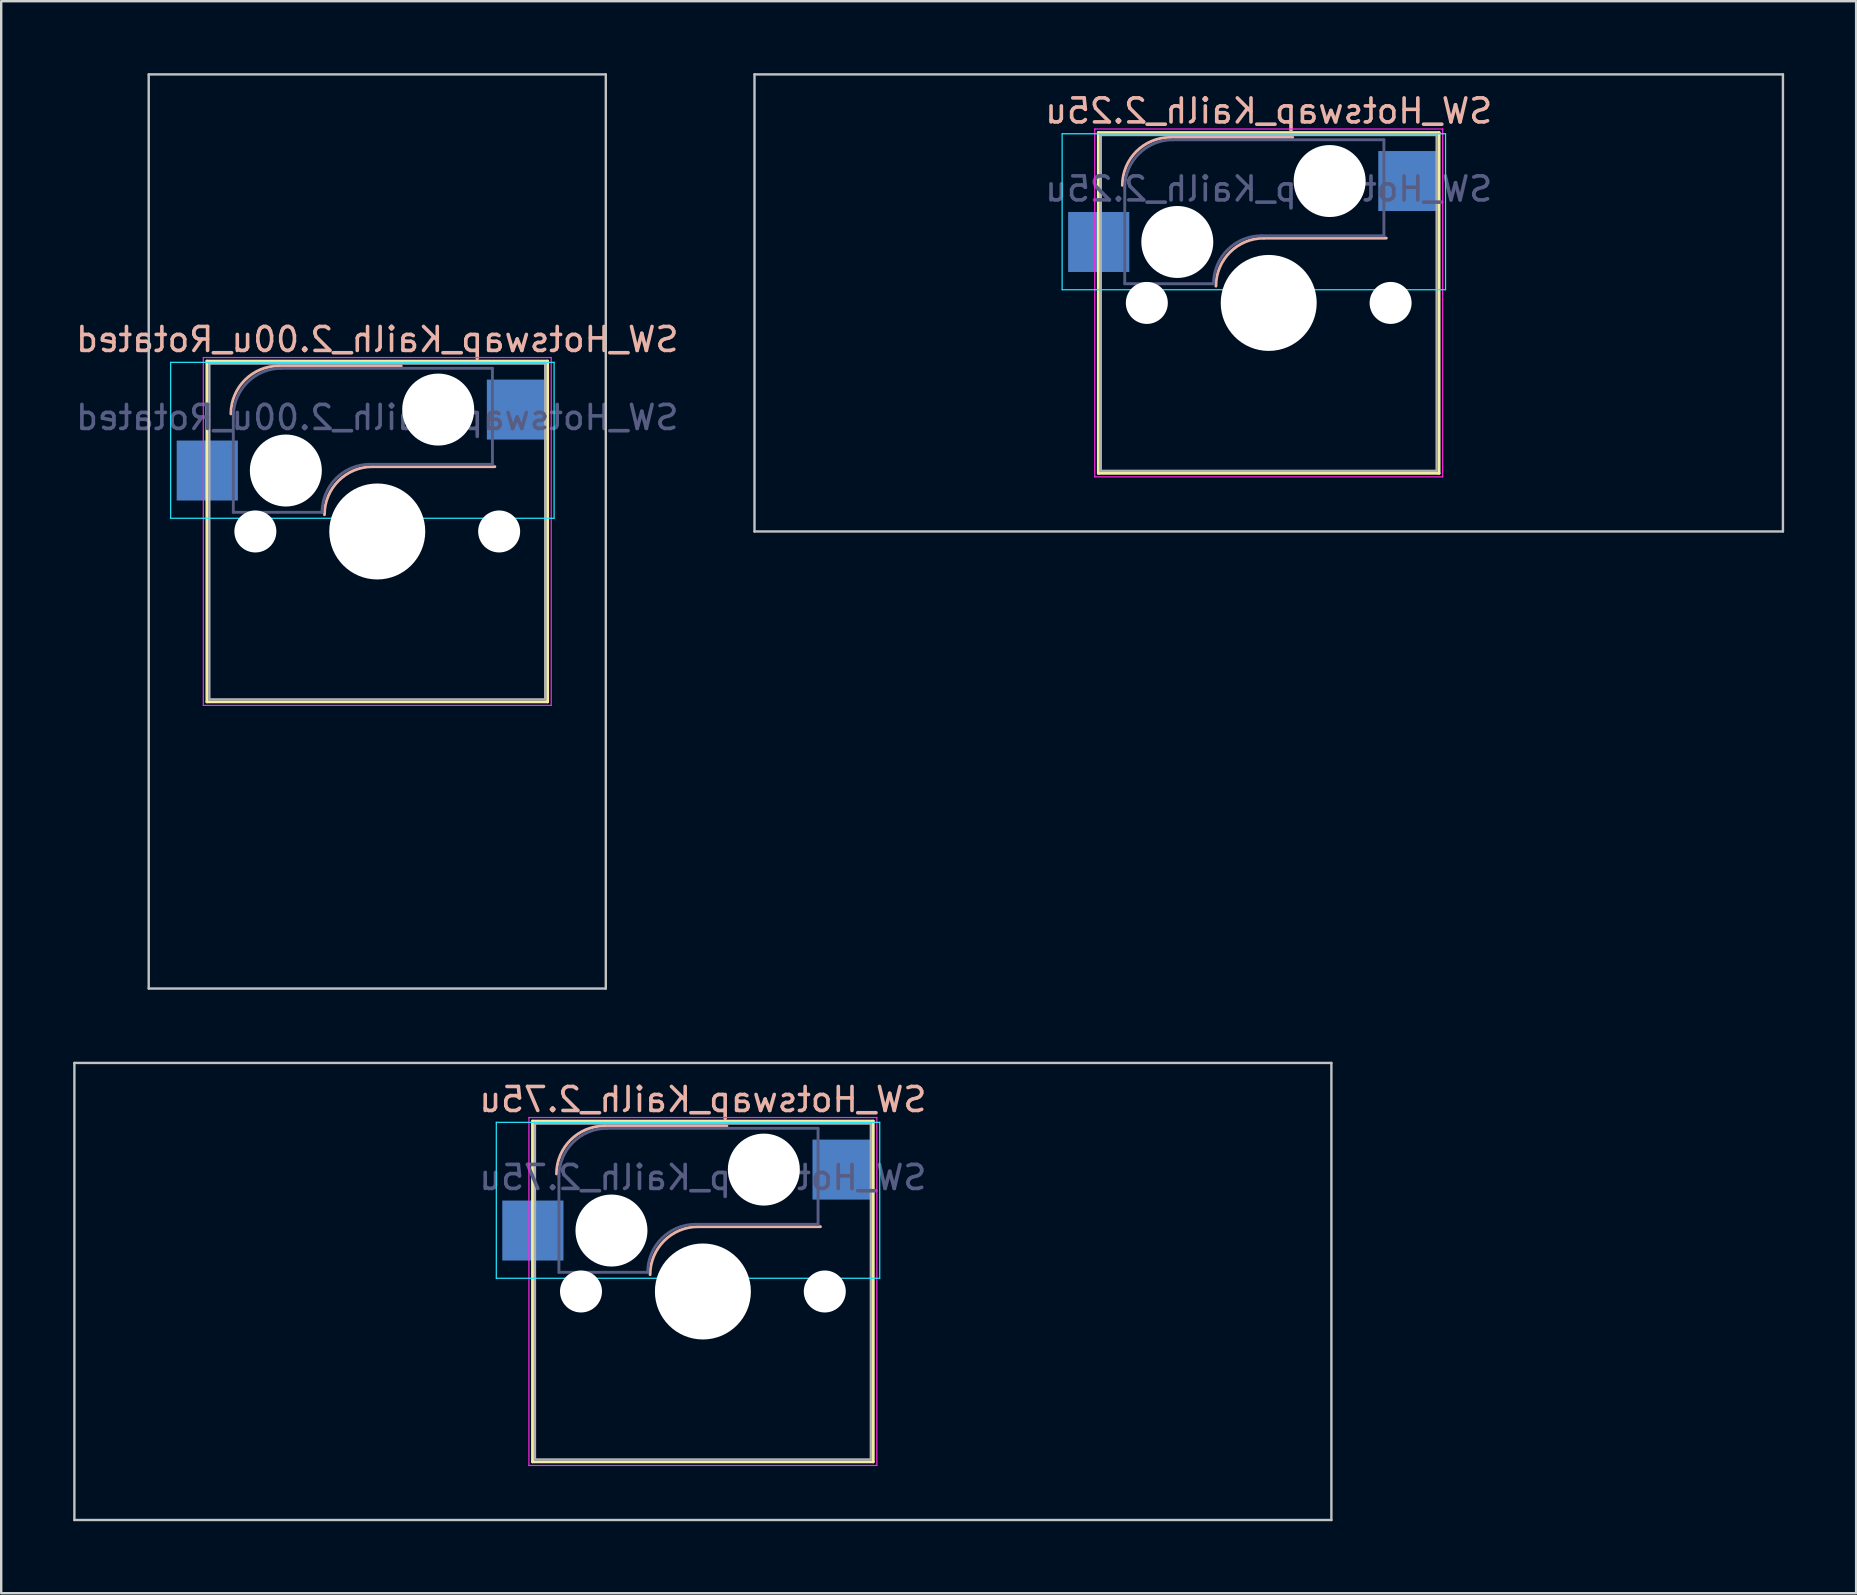
<source format=kicad_pcb>
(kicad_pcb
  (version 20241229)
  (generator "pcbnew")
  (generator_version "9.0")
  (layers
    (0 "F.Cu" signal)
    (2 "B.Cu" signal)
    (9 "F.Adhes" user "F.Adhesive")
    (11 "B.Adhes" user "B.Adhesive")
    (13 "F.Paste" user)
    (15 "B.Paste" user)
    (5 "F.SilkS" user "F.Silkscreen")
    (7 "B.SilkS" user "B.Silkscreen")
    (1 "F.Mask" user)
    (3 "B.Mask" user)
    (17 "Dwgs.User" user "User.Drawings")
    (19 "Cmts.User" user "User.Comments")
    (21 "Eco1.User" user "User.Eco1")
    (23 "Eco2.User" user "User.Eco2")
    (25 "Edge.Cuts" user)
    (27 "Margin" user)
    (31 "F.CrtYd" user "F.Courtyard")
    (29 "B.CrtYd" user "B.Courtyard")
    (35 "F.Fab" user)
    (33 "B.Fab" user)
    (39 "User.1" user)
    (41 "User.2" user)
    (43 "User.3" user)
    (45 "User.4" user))
  (footprint "SW_Hotswap_Kailh_2.00u_Rotated"
    (layer "F.Cu")
    (at 12.673 19.1)
    (property "Reference" "SW_Hotswap_Kailh_2.00u_Rotated" (at 0 -8 0) (layer "B.SilkS") (effects (font (size 1 1) (thickness 0.15)) (justify mirror)))
    (attr smd)
    (fp_line (start -7.1 -7.1) (end -7.1 7.1) (stroke (width 0.12) (type solid)) (layer "F.SilkS"))
    (fp_line (start -7.1 7.1) (end 7.1 7.1) (stroke (width 0.12) (type solid)) (layer "F.SilkS"))
    (fp_line (start 7.1 -7.1) (end -7.1 -7.1) (stroke (width 0.12) (type solid)) (layer "F.SilkS"))
    (fp_line (start 7.1 7.1) (end 7.1 -7.1) (stroke (width 0.12) (type solid)) (layer "F.SilkS"))
    (fp_line (start -4.1 -6.9) (end 1 -6.9) (stroke (width 0.12) (type solid)) (layer "B.SilkS"))
    (fp_line (start -0.2 -2.7) (end 4.9 -2.7) (stroke (width 0.12) (type solid)) (layer "B.SilkS"))
    (fp_arc (start -6.1 -4.9) (mid -5.514214 -6.314214) (end -4.1 -6.9) (stroke (width 0.12) (type solid)) (layer "B.SilkS"))
    (fp_arc (start -2.2 -0.7) (mid -1.614214 -2.114214) (end -0.2 -2.7) (stroke (width 0.12) (type solid)) (layer "B.SilkS"))
    (fp_line (start -9.525 -19.05) (end -9.525 19.05) (stroke (width 0.1) (type solid)) (layer "Dwgs.User"))
    (fp_line (start -9.525 19.05) (end 9.525 19.05) (stroke (width 0.1) (type solid)) (layer "Dwgs.User"))
    (fp_line (start 9.525 -19.05) (end -9.525 -19.05) (stroke (width 0.1) (type solid)) (layer "Dwgs.User"))
    (fp_line (start 9.525 19.05) (end 9.525 -19.05) (stroke (width 0.1) (type solid)) (layer "Dwgs.User"))
    (fp_line (start -8.61 -7.05) (end -8.61 -0.55) (stroke (width 0.05) (type solid)) (layer "B.CrtYd"))
    (fp_line (start -8.61 -0.55) (end 7.37 -0.55) (stroke (width 0.05) (type solid)) (layer "B.CrtYd"))
    (fp_line (start 7.37 -7.05) (end -8.61 -7.05) (stroke (width 0.05) (type solid)) (layer "B.CrtYd"))
    (fp_line (start 7.37 -0.55) (end 7.37 -7.05) (stroke (width 0.05) (type solid)) (layer "B.CrtYd"))
    (fp_line (start -7.25 -7.25) (end -7.25 7.25) (stroke (width 0.05) (type solid)) (layer "F.CrtYd"))
    (fp_line (start -7.25 7.25) (end 7.25 7.25) (stroke (width 0.05) (type solid)) (layer "F.CrtYd"))
    (fp_line (start 7.25 -7.25) (end -7.25 -7.25) (stroke (width 0.05) (type solid)) (layer "F.CrtYd"))
    (fp_line (start 7.25 7.25) (end 7.25 -7.25) (stroke (width 0.05) (type solid)) (layer "F.CrtYd"))
    (fp_line (start -6 -0.8) (end -6 -4.8) (stroke (width 0.12) (type solid)) (layer "B.Fab"))
    (fp_line (start -6 -0.8) (end -2.3 -0.8) (stroke (width 0.12) (type solid)) (layer "B.Fab"))
    (fp_line (start -4 -6.8) (end 4.8 -6.8) (stroke (width 0.12) (type solid)) (layer "B.Fab"))
    (fp_line (start -0.3 -2.8) (end 4.8 -2.8) (stroke (width 0.12) (type solid)) (layer "B.Fab"))
    (fp_line (start 4.8 -6.8) (end 4.8 -2.8) (stroke (width 0.12) (type solid)) (layer "B.Fab"))
    (fp_arc (start -6 -4.8) (mid -5.414214 -6.214214) (end -4 -6.8) (stroke (width 0.12) (type solid)) (layer "B.Fab"))
    (fp_arc (start -2.3 -0.8) (mid -1.714214 -2.214214) (end -0.3 -2.8) (stroke (width 0.12) (type solid)) (layer "B.Fab"))
    (fp_line (start -7 -7) (end -7 7) (stroke (width 0.1) (type solid)) (layer "F.Fab"))
    (fp_line (start -7 7) (end 7 7) (stroke (width 0.1) (type solid)) (layer "F.Fab"))
    (fp_line (start 7 -7) (end -7 -7) (stroke (width 0.1) (type solid)) (layer "F.Fab"))
    (fp_line (start 7 7) (end 7 -7) (stroke (width 0.1) (type solid)) (layer "F.Fab"))
    (fp_text user "${REFERENCE}" (at 0 -4.75 0) (layer "B.Fab") (effects (font (size 1 1) (thickness 0.15)) (justify mirror)))
    (pad "" np_thru_hole circle (at -5.08 0) (size 1.75 1.75) (drill 1.75) (layers "*.Cu" "*.Mask"))
    (pad "" np_thru_hole circle (at -3.81 -2.54) (size 3 3) (drill 3) (layers "*.Cu" "*.Mask"))
    (pad "" np_thru_hole circle (at 0 0) (size 4 4) (drill 4) (layers "*.Cu" "*.Mask"))
    (pad "" np_thru_hole circle (at 2.54 -5.08) (size 3 3) (drill 3) (layers "*.Cu" "*.Mask"))
    (pad "" np_thru_hole circle (at 5.08 0) (size 1.75 1.75) (drill 1.75) (layers "*.Cu" "*.Mask"))
    (pad "1" smd rect (at -7.085 -2.54) (size 2.55 2.5) (layers "B.Cu" "B.Mask" "B.Paste"))
    (pad "2" smd rect (at 5.842 -5.08) (size 2.55 2.5) (layers "B.Cu" "B.Mask" "B.Paste")))
  (footprint "SW_Hotswap_Kailh_2.25u"
    (layer "F.Cu")
    (at 49.826 9.575)
    (property "Reference" "SW_Hotswap_Kailh_2.25u" (at 0 -8 0) (layer "B.SilkS") (effects (font (size 1 1) (thickness 0.15)) (justify mirror)))
    (attr smd)
    (fp_line (start -7.1 -7.1) (end -7.1 7.1) (stroke (width 0.12) (type solid)) (layer "F.SilkS"))
    (fp_line (start -7.1 7.1) (end 7.1 7.1) (stroke (width 0.12) (type solid)) (layer "F.SilkS"))
    (fp_line (start 7.1 -7.1) (end -7.1 -7.1) (stroke (width 0.12) (type solid)) (layer "F.SilkS"))
    (fp_line (start 7.1 7.1) (end 7.1 -7.1) (stroke (width 0.12) (type solid)) (layer "F.SilkS"))
    (fp_line (start -4.1 -6.9) (end 1 -6.9) (stroke (width 0.12) (type solid)) (layer "B.SilkS"))
    (fp_line (start -0.2 -2.7) (end 4.9 -2.7) (stroke (width 0.12) (type solid)) (layer "B.SilkS"))
    (fp_arc (start -6.1 -4.9) (mid -5.514214 -6.314214) (end -4.1 -6.9) (stroke (width 0.12) (type solid)) (layer "B.SilkS"))
    (fp_arc (start -2.2 -0.7) (mid -1.614214 -2.114214) (end -0.2 -2.7) (stroke (width 0.12) (type solid)) (layer "B.SilkS"))
    (fp_line (start -21.431 -9.525) (end -21.431 9.525) (stroke (width 0.1) (type solid)) (layer "Dwgs.User"))
    (fp_line (start -21.431 9.525) (end 21.431 9.525) (stroke (width 0.1) (type solid)) (layer "Dwgs.User"))
    (fp_line (start 21.431 -9.525) (end -21.431 -9.525) (stroke (width 0.1) (type solid)) (layer "Dwgs.User"))
    (fp_line (start 21.431 9.525) (end 21.431 -9.525) (stroke (width 0.1) (type solid)) (layer "Dwgs.User"))
    (fp_line (start -8.61 -7.05) (end -8.61 -0.55) (stroke (width 0.05) (type solid)) (layer "B.CrtYd"))
    (fp_line (start -8.61 -0.55) (end 7.37 -0.55) (stroke (width 0.05) (type solid)) (layer "B.CrtYd"))
    (fp_line (start 7.37 -7.05) (end -8.61 -7.05) (stroke (width 0.05) (type solid)) (layer "B.CrtYd"))
    (fp_line (start 7.37 -0.55) (end 7.37 -7.05) (stroke (width 0.05) (type solid)) (layer "B.CrtYd"))
    (fp_line (start -7.25 -7.25) (end -7.25 7.25) (stroke (width 0.05) (type solid)) (layer "F.CrtYd"))
    (fp_line (start -7.25 7.25) (end 7.25 7.25) (stroke (width 0.05) (type solid)) (layer "F.CrtYd"))
    (fp_line (start 7.25 -7.25) (end -7.25 -7.25) (stroke (width 0.05) (type solid)) (layer "F.CrtYd"))
    (fp_line (start 7.25 7.25) (end 7.25 -7.25) (stroke (width 0.05) (type solid)) (layer "F.CrtYd"))
    (fp_line (start -6 -0.8) (end -6 -4.8) (stroke (width 0.12) (type solid)) (layer "B.Fab"))
    (fp_line (start -6 -0.8) (end -2.3 -0.8) (stroke (width 0.12) (type solid)) (layer "B.Fab"))
    (fp_line (start -4 -6.8) (end 4.8 -6.8) (stroke (width 0.12) (type solid)) (layer "B.Fab"))
    (fp_line (start -0.3 -2.8) (end 4.8 -2.8) (stroke (width 0.12) (type solid)) (layer "B.Fab"))
    (fp_line (start 4.8 -6.8) (end 4.8 -2.8) (stroke (width 0.12) (type solid)) (layer "B.Fab"))
    (fp_arc (start -6 -4.8) (mid -5.414214 -6.214214) (end -4 -6.8) (stroke (width 0.12) (type solid)) (layer "B.Fab"))
    (fp_arc (start -2.3 -0.8) (mid -1.714214 -2.214214) (end -0.3 -2.8) (stroke (width 0.12) (type solid)) (layer "B.Fab"))
    (fp_line (start -7 -7) (end -7 7) (stroke (width 0.1) (type solid)) (layer "F.Fab"))
    (fp_line (start -7 7) (end 7 7) (stroke (width 0.1) (type solid)) (layer "F.Fab"))
    (fp_line (start 7 -7) (end -7 -7) (stroke (width 0.1) (type solid)) (layer "F.Fab"))
    (fp_line (start 7 7) (end 7 -7) (stroke (width 0.1) (type solid)) (layer "F.Fab"))
    (fp_text user "${REFERENCE}" (at 0 -4.75 0) (layer "B.Fab") (effects (font (size 1 1) (thickness 0.15)) (justify mirror)))
    (pad "" np_thru_hole circle (at -5.08 0) (size 1.75 1.75) (drill 1.75) (layers "*.Cu" "*.Mask"))
    (pad "" np_thru_hole circle (at -3.81 -2.54) (size 3 3) (drill 3) (layers "*.Cu" "*.Mask"))
    (pad "" np_thru_hole circle (at 0 0) (size 4 4) (drill 4) (layers "*.Cu" "*.Mask"))
    (pad "" np_thru_hole circle (at 2.54 -5.08) (size 3 3) (drill 3) (layers "*.Cu" "*.Mask"))
    (pad "" np_thru_hole circle (at 5.08 0) (size 1.75 1.75) (drill 1.75) (layers "*.Cu" "*.Mask"))
    (pad "1" smd rect (at -7.085 -2.54) (size 2.55 2.5) (layers "B.Cu" "B.Mask" "B.Paste"))
    (pad "2" smd rect (at 5.842 -5.08) (size 2.55 2.5) (layers "B.Cu" "B.Mask" "B.Paste")))
  (footprint "SW_Hotswap_Kailh_2.75u"
    (layer "F.Cu")
    (at 26.244 50.775)
    (property "Reference" "SW_Hotswap_Kailh_2.75u" (at 0 -8 0) (layer "B.SilkS") (effects (font (size 1 1) (thickness 0.15)) (justify mirror)))
    (attr smd)
    (fp_line (start -7.1 -7.1) (end -7.1 7.1) (stroke (width 0.12) (type solid)) (layer "F.SilkS"))
    (fp_line (start -7.1 7.1) (end 7.1 7.1) (stroke (width 0.12) (type solid)) (layer "F.SilkS"))
    (fp_line (start 7.1 -7.1) (end -7.1 -7.1) (stroke (width 0.12) (type solid)) (layer "F.SilkS"))
    (fp_line (start 7.1 7.1) (end 7.1 -7.1) (stroke (width 0.12) (type solid)) (layer "F.SilkS"))
    (fp_line (start -4.1 -6.9) (end 1 -6.9) (stroke (width 0.12) (type solid)) (layer "B.SilkS"))
    (fp_line (start -0.2 -2.7) (end 4.9 -2.7) (stroke (width 0.12) (type solid)) (layer "B.SilkS"))
    (fp_arc (start -6.1 -4.9) (mid -5.514214 -6.314214) (end -4.1 -6.9) (stroke (width 0.12) (type solid)) (layer "B.SilkS"))
    (fp_arc (start -2.2 -0.7) (mid -1.614214 -2.114214) (end -0.2 -2.7) (stroke (width 0.12) (type solid)) (layer "B.SilkS"))
    (fp_line (start -26.194 -9.525) (end -26.194 9.525) (stroke (width 0.1) (type solid)) (layer "Dwgs.User"))
    (fp_line (start -26.194 9.525) (end 26.194 9.525) (stroke (width 0.1) (type solid)) (layer "Dwgs.User"))
    (fp_line (start 26.194 -9.525) (end -26.194 -9.525) (stroke (width 0.1) (type solid)) (layer "Dwgs.User"))
    (fp_line (start 26.194 9.525) (end 26.194 -9.525) (stroke (width 0.1) (type solid)) (layer "Dwgs.User"))
    (fp_line (start -8.61 -7.05) (end -8.61 -0.55) (stroke (width 0.05) (type solid)) (layer "B.CrtYd"))
    (fp_line (start -8.61 -0.55) (end 7.37 -0.55) (stroke (width 0.05) (type solid)) (layer "B.CrtYd"))
    (fp_line (start 7.37 -7.05) (end -8.61 -7.05) (stroke (width 0.05) (type solid)) (layer "B.CrtYd"))
    (fp_line (start 7.37 -0.55) (end 7.37 -7.05) (stroke (width 0.05) (type solid)) (layer "B.CrtYd"))
    (fp_line (start -7.25 -7.25) (end -7.25 7.25) (stroke (width 0.05) (type solid)) (layer "F.CrtYd"))
    (fp_line (start -7.25 7.25) (end 7.25 7.25) (stroke (width 0.05) (type solid)) (layer "F.CrtYd"))
    (fp_line (start 7.25 -7.25) (end -7.25 -7.25) (stroke (width 0.05) (type solid)) (layer "F.CrtYd"))
    (fp_line (start 7.25 7.25) (end 7.25 -7.25) (stroke (width 0.05) (type solid)) (layer "F.CrtYd"))
    (fp_line (start -6 -0.8) (end -6 -4.8) (stroke (width 0.12) (type solid)) (layer "B.Fab"))
    (fp_line (start -6 -0.8) (end -2.3 -0.8) (stroke (width 0.12) (type solid)) (layer "B.Fab"))
    (fp_line (start -4 -6.8) (end 4.8 -6.8) (stroke (width 0.12) (type solid)) (layer "B.Fab"))
    (fp_line (start -0.3 -2.8) (end 4.8 -2.8) (stroke (width 0.12) (type solid)) (layer "B.Fab"))
    (fp_line (start 4.8 -6.8) (end 4.8 -2.8) (stroke (width 0.12) (type solid)) (layer "B.Fab"))
    (fp_arc (start -6 -4.8) (mid -5.414214 -6.214214) (end -4 -6.8) (stroke (width 0.12) (type solid)) (layer "B.Fab"))
    (fp_arc (start -2.3 -0.8) (mid -1.714214 -2.214214) (end -0.3 -2.8) (stroke (width 0.12) (type solid)) (layer "B.Fab"))
    (fp_line (start -7 -7) (end -7 7) (stroke (width 0.1) (type solid)) (layer "F.Fab"))
    (fp_line (start -7 7) (end 7 7) (stroke (width 0.1) (type solid)) (layer "F.Fab"))
    (fp_line (start 7 -7) (end -7 -7) (stroke (width 0.1) (type solid)) (layer "F.Fab"))
    (fp_line (start 7 7) (end 7 -7) (stroke (width 0.1) (type solid)) (layer "F.Fab"))
    (fp_text user "${REFERENCE}" (at 0 -4.75 0) (layer "B.Fab") (effects (font (size 1 1) (thickness 0.15)) (justify mirror)))
    (pad "" np_thru_hole circle (at -5.08 0) (size 1.75 1.75) (drill 1.75) (layers "*.Cu" "*.Mask"))
    (pad "" np_thru_hole circle (at -3.81 -2.54) (size 3 3) (drill 3) (layers "*.Cu" "*.Mask"))
    (pad "" np_thru_hole circle (at 0 0) (size 4 4) (drill 4) (layers "*.Cu" "*.Mask"))
    (pad "" np_thru_hole circle (at 2.54 -5.08) (size 3 3) (drill 3) (layers "*.Cu" "*.Mask"))
    (pad "" np_thru_hole circle (at 5.08 0) (size 1.75 1.75) (drill 1.75) (layers "*.Cu" "*.Mask"))
    (pad "1" smd rect (at -7.085 -2.54) (size 2.55 2.5) (layers "B.Cu" "B.Mask" "B.Paste"))
    (pad "2" smd rect (at 5.842 -5.08) (size 2.55 2.5) (layers "B.Cu" "B.Mask" "B.Paste")))
  (gr_rect
    (start -3 -3)
    (end 74.308 63.35)
    (stroke (width 0.1) (type default))
    (fill no)
    (layer "Edge.Cuts")))
</source>
